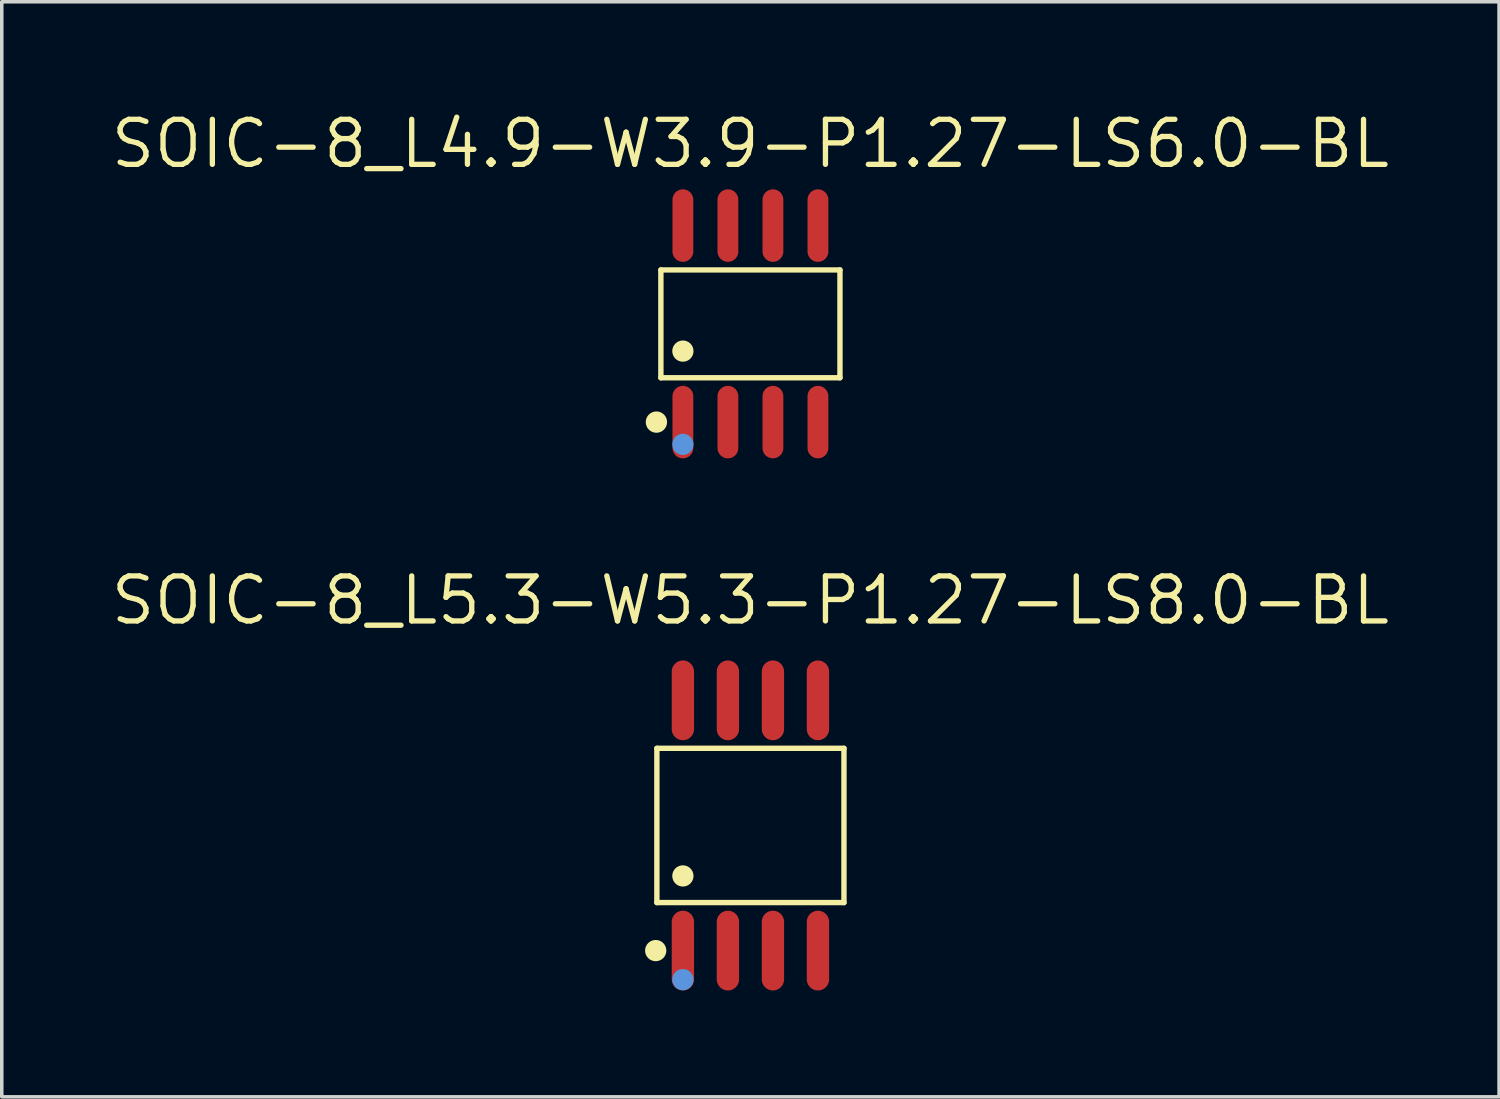
<source format=kicad_pcb>
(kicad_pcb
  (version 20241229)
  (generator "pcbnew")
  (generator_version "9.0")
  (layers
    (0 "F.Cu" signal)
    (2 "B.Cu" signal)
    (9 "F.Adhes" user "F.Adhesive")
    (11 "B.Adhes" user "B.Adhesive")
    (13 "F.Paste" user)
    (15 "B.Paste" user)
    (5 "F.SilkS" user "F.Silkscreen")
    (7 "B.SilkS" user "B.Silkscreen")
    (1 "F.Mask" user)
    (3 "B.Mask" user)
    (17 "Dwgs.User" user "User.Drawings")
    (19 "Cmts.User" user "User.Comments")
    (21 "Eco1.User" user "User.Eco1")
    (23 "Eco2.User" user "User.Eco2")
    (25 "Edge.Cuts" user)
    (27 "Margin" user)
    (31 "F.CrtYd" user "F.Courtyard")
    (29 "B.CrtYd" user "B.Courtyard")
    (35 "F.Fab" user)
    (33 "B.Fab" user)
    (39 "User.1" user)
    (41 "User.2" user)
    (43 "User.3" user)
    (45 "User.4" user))
  (footprint "SOIC-8_L5.3-W5.3-P1.27-LS8.0-BL"
    (layer "F.Cu")
    (at 18.12 20.237)
    (property "Reference" "SOIC-8_L5.3-W5.3-P1.27-LS8.0-BL" (at 0 -6.35 0) (layer "F.SilkS") (effects (font (size 1.27 1.27) (thickness 0.15))))
    (attr smd)
    (fp_line (start -2.639 -2.176) (end 2.639 -2.176) (stroke (width 0.152) (type solid)) (layer "F.SilkS"))
    (fp_line (start -2.639 2.176) (end -2.639 -2.176) (stroke (width 0.152) (type solid)) (layer "F.SilkS"))
    (fp_line (start 2.639 -2.176) (end 2.639 2.176) (stroke (width 0.152) (type solid)) (layer "F.SilkS"))
    (fp_line (start 2.639 2.176) (end -2.639 2.176) (stroke (width 0.152) (type solid)) (layer "F.SilkS"))
    (fp_circle (center -2.672 3.53) (end -2.522 3.53) (stroke (width 0.3) (type solid)) (fill no) (layer "F.SilkS"))
    (fp_circle (center -1.905 1.424) (end -1.755 1.424) (stroke (width 0.3) (type solid)) (fill no) (layer "F.SilkS"))
    (fp_circle (center -1.905 4.35) (end -1.755 4.35) (stroke (width 0.3) (type solid)) (fill no) (layer "Cmts.User"))
    (pad "1" smd oval (at -1.905 3.53) (size 0.63 2.25) (layers "F.Cu" "F.Mask" "F.Paste"))
    (pad "2" smd oval (at -0.635 3.53) (size 0.63 2.25) (layers "F.Cu" "F.Mask" "F.Paste"))
    (pad "3" smd oval (at 0.635 3.53) (size 0.63 2.25) (layers "F.Cu" "F.Mask" "F.Paste"))
    (pad "4" smd oval (at 1.905 3.53) (size 0.63 2.25) (layers "F.Cu" "F.Mask" "F.Paste"))
    (pad "5" smd oval (at 1.905 -3.53) (size 0.63 2.25) (layers "F.Cu" "F.Mask" "F.Paste"))
    (pad "6" smd oval (at 0.635 -3.53) (size 0.63 2.25) (layers "F.Cu" "F.Mask" "F.Paste"))
    (pad "7" smd oval (at -0.635 -3.53) (size 0.63 2.25) (layers "F.Cu" "F.Mask" "F.Paste"))
    (pad "8" smd oval (at -1.905 -3.53) (size 0.63 2.25) (layers "F.Cu" "F.Mask" "F.Paste")))
  (footprint "SOIC-8_L4.9-W3.9-P1.27-LS6.0-BL"
    (layer "F.Cu")
    (at 18.12 6.086)
    (property "Reference" "SOIC-8_L4.9-W3.9-P1.27-LS6.0-BL" (at 0 -5.08 0) (layer "F.SilkS") (effects (font (size 1.27 1.27) (thickness 0.15))))
    (attr smd)
    (fp_line (start -2.526 -1.521) (end 2.526 -1.521) (stroke (width 0.152) (type solid)) (layer "F.SilkS"))
    (fp_line (start -2.526 1.521) (end -2.526 -1.521) (stroke (width 0.152) (type solid)) (layer "F.SilkS"))
    (fp_line (start 2.526 -1.521) (end 2.526 1.521) (stroke (width 0.152) (type solid)) (layer "F.SilkS"))
    (fp_line (start 2.526 1.521) (end -2.526 1.521) (stroke (width 0.152) (type solid)) (layer "F.SilkS"))
    (fp_circle (center -2.652 2.772) (end -2.501 2.772) (stroke (width 0.3) (type solid)) (fill no) (layer "F.SilkS"))
    (fp_circle (center -1.905 0.769) (end -1.755 0.769) (stroke (width 0.3) (type solid)) (fill no) (layer "F.SilkS"))
    (fp_circle (center -1.905 3.4) (end -1.755 3.4) (stroke (width 0.3) (type solid)) (fill no) (layer "Cmts.User"))
    (pad "1" smd oval (at -1.905 2.772) (size 0.588 2.045) (layers "F.Cu" "F.Mask" "F.Paste"))
    (pad "2" smd oval (at -0.635 2.772) (size 0.588 2.045) (layers "F.Cu" "F.Mask" "F.Paste"))
    (pad "3" smd oval (at 0.635 2.772) (size 0.588 2.045) (layers "F.Cu" "F.Mask" "F.Paste"))
    (pad "4" smd oval (at 1.905 2.772) (size 0.588 2.045) (layers "F.Cu" "F.Mask" "F.Paste"))
    (pad "5" smd oval (at 1.905 -2.772) (size 0.588 2.045) (layers "F.Cu" "F.Mask" "F.Paste"))
    (pad "6" smd oval (at 0.635 -2.772) (size 0.588 2.045) (layers "F.Cu" "F.Mask" "F.Paste"))
    (pad "7" smd oval (at -0.635 -2.772) (size 0.588 2.045) (layers "F.Cu" "F.Mask" "F.Paste"))
    (pad "8" smd oval (at -1.905 -2.772) (size 0.588 2.045) (layers "F.Cu" "F.Mask" "F.Paste")))
  (gr_rect
    (start -3 -3)
    (end 39.24 27.892)
    (stroke (width 0.1) (type default))
    (fill no)
    (layer "Edge.Cuts")))
</source>
